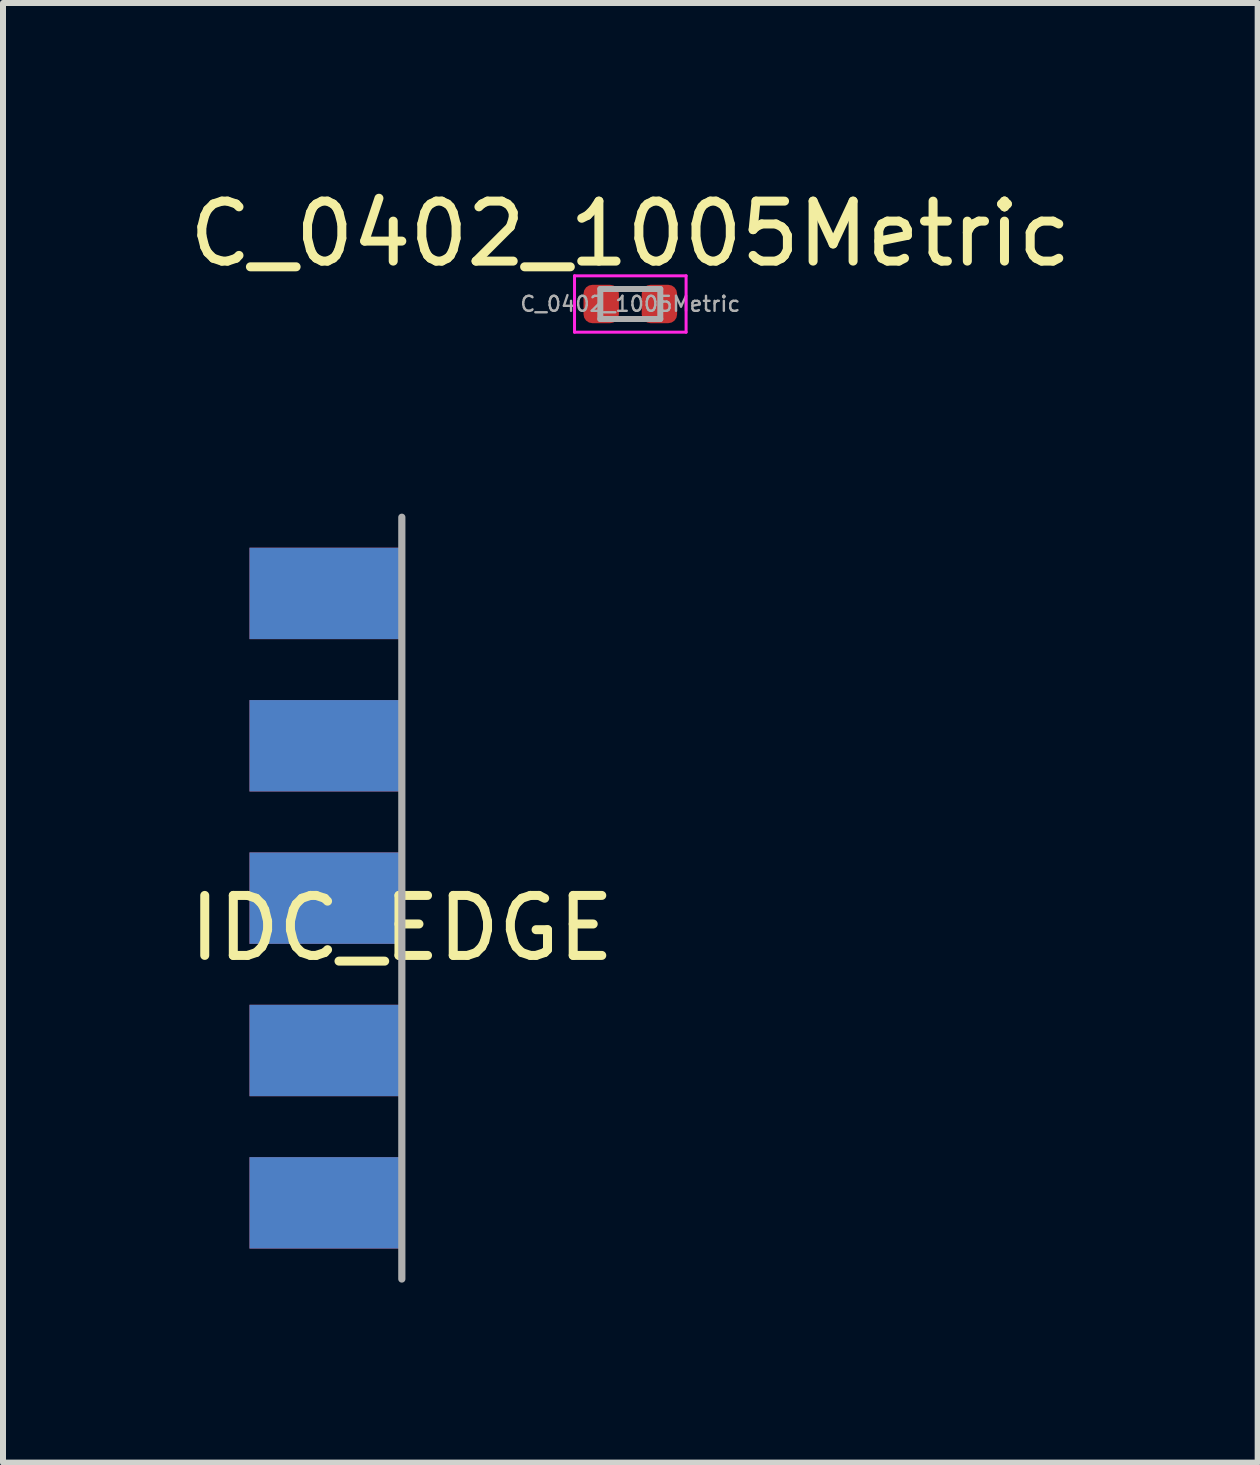
<source format=kicad_pcb>
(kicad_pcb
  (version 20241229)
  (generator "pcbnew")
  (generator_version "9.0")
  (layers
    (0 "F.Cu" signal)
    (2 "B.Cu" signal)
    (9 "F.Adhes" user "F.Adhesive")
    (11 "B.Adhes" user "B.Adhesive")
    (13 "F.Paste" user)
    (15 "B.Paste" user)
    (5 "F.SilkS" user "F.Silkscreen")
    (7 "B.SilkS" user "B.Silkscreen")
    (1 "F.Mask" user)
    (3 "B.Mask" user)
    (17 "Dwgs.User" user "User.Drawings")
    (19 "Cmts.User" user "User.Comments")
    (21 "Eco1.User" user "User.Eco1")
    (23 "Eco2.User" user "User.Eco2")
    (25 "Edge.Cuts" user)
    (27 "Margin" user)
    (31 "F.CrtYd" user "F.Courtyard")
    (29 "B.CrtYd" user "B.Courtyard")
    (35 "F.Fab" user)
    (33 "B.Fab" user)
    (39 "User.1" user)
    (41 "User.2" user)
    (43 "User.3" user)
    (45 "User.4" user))
  (footprint "IDC_EDGE"
    (layer "F.Cu")
    (at 3.649 11.923)
    (property "Reference" "IDC_EDGE" (at 0 0.5 0) (layer "F.SilkS") (effects (font (size 1 1) (thickness 0.15))))
    (attr through_hole)
    (fp_line (start 0 -6.35) (end 0 6.35) (stroke (width 0.12) (type solid)) (layer "F.Fab"))
    (pad "1" smd rect (at -1.27 -5.08) (size 2.54 1.524) (layers "F.Cu" "F.Mask" "F.Paste"))
    (pad "2" smd rect (at -1.27 -5.08) (size 2.54 1.524) (layers "B.Cu" "B.Mask" "B.Paste"))
    (pad "3" smd rect (at -1.27 -2.54) (size 2.54 1.524) (layers "F.Cu" "F.Mask" "F.Paste"))
    (pad "4" smd rect (at -1.27 -2.54) (size 2.54 1.524) (layers "B.Cu" "B.Mask" "B.Paste"))
    (pad "5" smd rect (at -1.27 0) (size 2.54 1.524) (layers "F.Cu" "F.Mask" "F.Paste"))
    (pad "6" smd rect (at -1.27 0) (size 2.54 1.524) (layers "B.Cu" "B.Mask" "B.Paste"))
    (pad "7" smd rect (at -1.27 2.54) (size 2.54 1.524) (layers "F.Cu" "F.Mask" "F.Paste"))
    (pad "8" smd rect (at -1.27 2.54) (size 2.54 1.524) (layers "B.Cu" "B.Mask" "B.Paste"))
    (pad "9" smd rect (at -1.27 5.08) (size 2.54 1.524) (layers "F.Cu" "F.Mask" "F.Paste"))
    (pad "10" smd rect (at -1.27 5.08) (size 2.54 1.524) (layers "B.Cu" "B.Mask" "B.Paste")))
  (footprint "C_0402_1005Metric"
    (layer "F.Cu")
    (at 7.458 2.018)
    (property "Reference" "C_0402_1005Metric" (at 0 -1.17 180) (layer "F.SilkS") (effects (font (size 1 1) (thickness 0.15))))
    (attr smd)
    (fp_line (start -0.93 -0.47) (end 0.93 -0.47) (stroke (width 0.05) (type solid)) (layer "F.CrtYd"))
    (fp_line (start -0.93 0.47) (end -0.93 -0.47) (stroke (width 0.05) (type solid)) (layer "F.CrtYd"))
    (fp_line (start 0.93 -0.47) (end 0.93 0.47) (stroke (width 0.05) (type solid)) (layer "F.CrtYd"))
    (fp_line (start 0.93 0.47) (end -0.93 0.47) (stroke (width 0.05) (type solid)) (layer "F.CrtYd"))
    (fp_line (start -0.5 -0.25) (end 0.5 -0.25) (stroke (width 0.1) (type solid)) (layer "F.Fab"))
    (fp_line (start -0.5 0.25) (end -0.5 -0.25) (stroke (width 0.1) (type solid)) (layer "F.Fab"))
    (fp_line (start 0.5 -0.25) (end 0.5 0.25) (stroke (width 0.1) (type solid)) (layer "F.Fab"))
    (fp_line (start 0.5 0.25) (end -0.5 0.25) (stroke (width 0.1) (type solid)) (layer "F.Fab"))
    (fp_text user "${REFERENCE}" (at 0 0 180) (layer "F.Fab") (effects (font (size 0.25 0.25) (thickness 0.04))))
    (pad "1" smd roundrect (at -0.485 0) (size 0.59 0.64) (layers "F.Cu" "F.Mask" "F.Paste") (roundrect_rratio 0.25))
    (pad "2" smd roundrect (at 0.485 0) (size 0.59 0.64) (layers "F.Cu" "F.Mask" "F.Paste") (roundrect_rratio 0.25)))
  (gr_rect
    (start -3 -3)
    (end 17.917 21.333)
    (stroke (width 0.1) (type default))
    (fill no)
    (layer "Edge.Cuts")))
</source>
